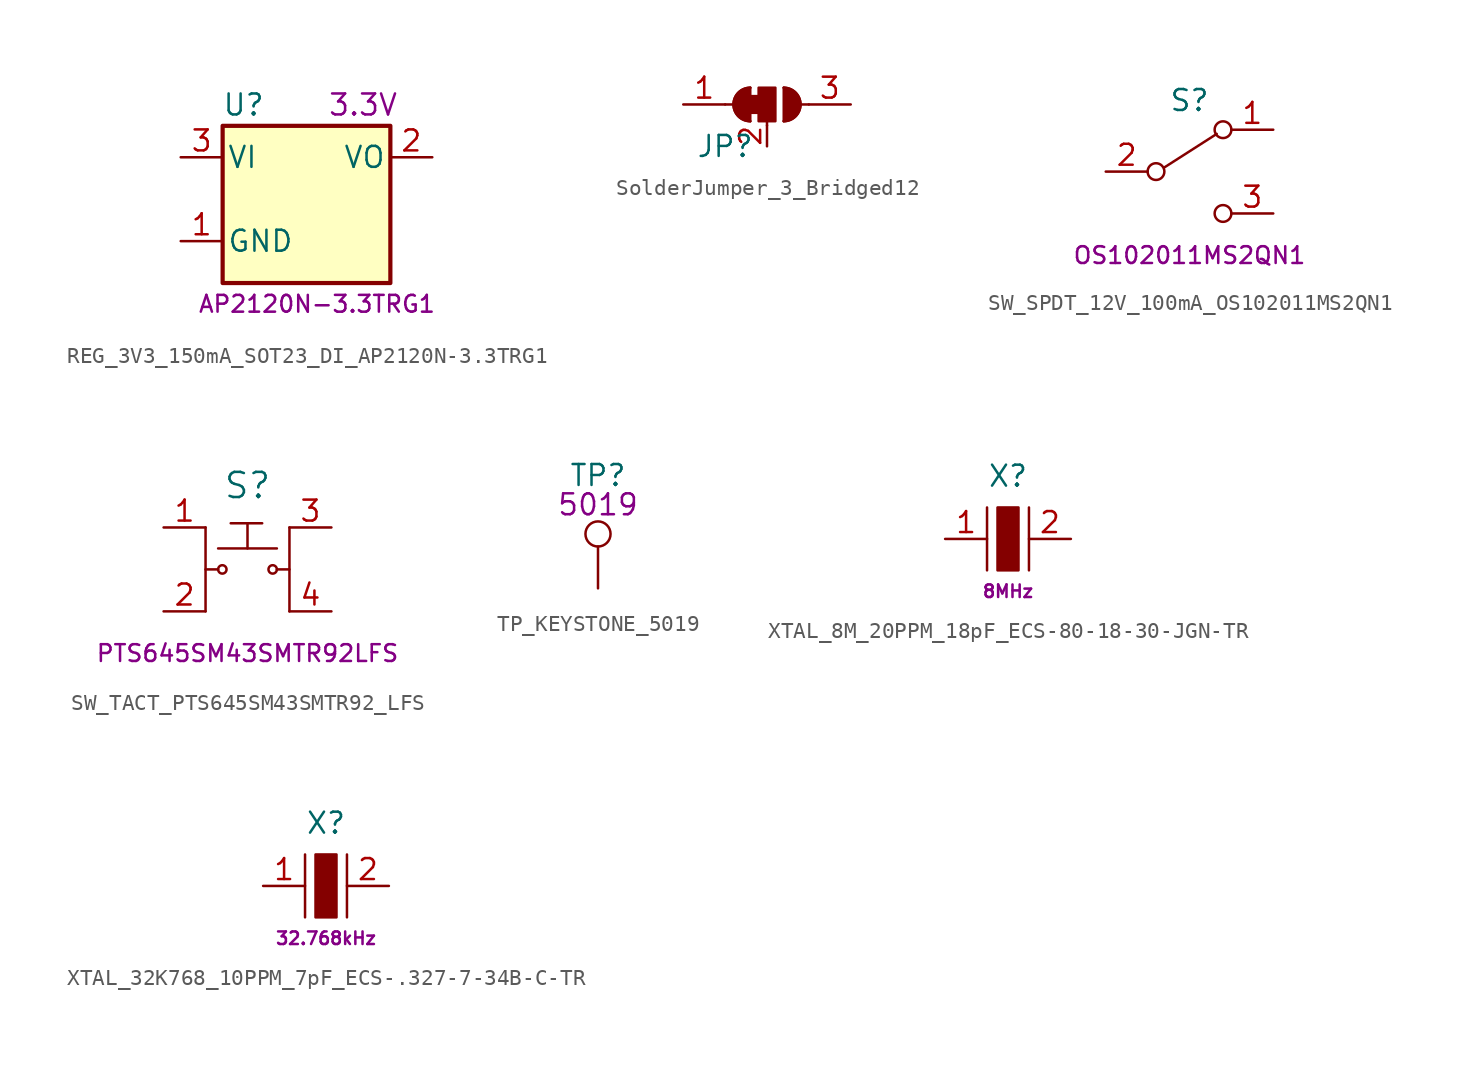
<source format=kicad_sym>
(kicad_symbol_lib
  (version 20211014)
  (generator kicad_symbol_editor)
  (symbol "REG_3V3_150mA_SOT23_DI_AP2120N-3.3TRG1"
    (pin_names
      (offset 0.254))
    (property "Reference" "U"
      (at 3.81 3.175 0)
      (effects (font (size 1.27 1.27))))
    (property "ManufacturerPN" "AP2120N-3.3TRG1"
      (at 8.255 -8.89 0)
      (effects (font (size 1.016 1.016))))
    (property "Voltage" "3.3V"
      (at 8.89 3.175 0)
      (effects (font (size 1.27 1.27)) (justify left)))
    (symbol "REG_3V3_150mA_SOT23_DI_AP2120N-3.3TRG1_0_1"
      (rectangle (start 2.54 1.905) (end 12.7 -7.62) (stroke (width 0.254) (type default) (color 0 0 0 0)) (fill (type background))))
    (symbol "REG_3V3_150mA_SOT23_DI_AP2120N-3.3TRG1_1_1"
      (pin power_in line (at 0 -5.08 0) (length 2.54) (name "GND" (effects (font (size 1.27 1.27)))) (number "1" (effects (font (size 1.27 1.27)))))
      (pin power_out line (at 15.24 0 180) (length 2.54) (name "VO" (effects (font (size 1.27 1.27)))) (number "2" (effects (font (size 1.27 1.27)))))
      (pin power_in line (at 0 0 0) (length 2.54) (name "VI" (effects (font (size 1.27 1.27)))) (number "3" (effects (font (size 1.27 1.27)))))))
  (symbol "SolderJumper_3_Bridged12"
    (pin_names
      (offset 0) hide)
    (property "Reference" "JP"
      (at -2.54 -2.54 0)
      (effects (font (size 1.27 1.27))))
    (symbol "SolderJumper_3_Bridged12_0_1"
      (rectangle (start -1.016 0.508) (end -0.508 -0.508) (stroke (width 0) (type default) (color 0 0 0 0)) (fill (type outline)))
      (arc (start -1.016 1.016) (mid -2.032 0) (end -1.016 -1.016) (stroke (width 0) (type default) (color 0 0 0 0)) (fill (type none)))
      (arc (start -1.016 1.016) (mid -2.032 0) (end -1.016 -1.016) (stroke (width 0) (type default) (color 0 0 0 0)) (fill (type outline)))
      (rectangle (start -0.508 1.016) (end 0.508 -1.016) (stroke (width 0) (type default) (color 0 0 0 0)) (fill (type outline)))
      (polyline (pts (xy -2.54 0) (xy -2.032 0)) (stroke (width 0) (type default) (color 0 0 0 0)) (fill (type none)))
      (polyline (pts (xy -1.016 1.016) (xy -1.016 -1.016)) (stroke (width 0) (type default) (color 0 0 0 0)) (fill (type none)))
      (polyline (pts (xy 0 -1.27) (xy 0 -1.016)) (stroke (width 0) (type default) (color 0 0 0 0)) (fill (type none)))
      (polyline (pts (xy 1.016 1.016) (xy 1.016 -1.016)) (stroke (width 0) (type default) (color 0 0 0 0)) (fill (type none)))
      (polyline (pts (xy 2.54 0) (xy 2.032 0)) (stroke (width 0) (type default) (color 0 0 0 0)) (fill (type none)))
      (arc (start 1.016 -1.016) (mid 2.032 0) (end 1.016 1.016) (stroke (width 0) (type default) (color 0 0 0 0)) (fill (type none)))
      (arc (start 1.016 -1.016) (mid 2.032 0) (end 1.016 1.016) (stroke (width 0) (type default) (color 0 0 0 0)) (fill (type outline))))
    (symbol "SolderJumper_3_Bridged12_1_1"
      (pin passive line (at -5.08 0 0) (length 2.54) (name "A" (effects (font (size 1.27 1.27)))) (number "1" (effects (font (size 1.27 1.27)))))
      (pin passive line (at 0 -2.54 90) (length 1.27) (name "C" (effects (font (size 1.27 1.27)))) (number "2" (effects (font (size 1.27 1.27)))))
      (pin passive line (at 5.08 0 180) (length 2.54) (name "B" (effects (font (size 1.27 1.27)))) (number "3" (effects (font (size 1.27 1.27)))))))
  (symbol "SW_SPDT_12V_100mA_OS102011MS2QN1"
    (pin_names
      (offset 0) hide)
    (property "Reference" "S"
      (at 5.08 4.318 0)
      (effects (font (size 1.27 1.27))))
    (property "ManufacturerPN" "OS102011MS2QN1"
      (at 5.08 -5.08 0)
      (effects (font (size 1.016 1.016))))
    (symbol "SW_SPDT_12V_100mA_OS102011MS2QN1_0_0"
      (circle (center 3.048 0) (radius 0.508) (stroke (width 0) (type default) (color 0 0 0 0)) (fill (type none)))
      (circle (center 7.112 -2.54) (radius 0.508) (stroke (width 0) (type default) (color 0 0 0 0)) (fill (type none))))
    (symbol "SW_SPDT_12V_100mA_OS102011MS2QN1_0_1"
      (polyline (pts (xy 3.556 0.254) (xy 6.731 2.286)) (stroke (width 0) (type default) (color 0 0 0 0)) (fill (type none)))
      (circle (center 7.112 2.54) (radius 0.508) (stroke (width 0) (type default) (color 0 0 0 0)) (fill (type none))))
    (symbol "SW_SPDT_12V_100mA_OS102011MS2QN1_1_1"
      (pin passive line (at 10.16 2.54 180) (length 2.54) (name "A" (effects (font (size 1.27 1.27)))) (number "1" (effects (font (size 1.27 1.27)))))
      (pin passive line (at 0 0 0) (length 2.54) (name "B" (effects (font (size 1.27 1.27)))) (number "2" (effects (font (size 1.27 1.27)))))
      (pin passive line (at 10.16 -2.54 180) (length 2.54) (name "C" (effects (font (size 1.27 1.27)))) (number "3" (effects (font (size 1.27 1.27)))))))
  (symbol "SW_TACT_PTS645SM43SMTR92_LFS"
    (pin_names
      (offset 1.016))
    (property "Reference" "S"
      (at 5.08 2.54 0)
      (effects (font (size 1.524 1.524))))
    (property "ManufacturerPN" "PTS645SM43SMTR92LFS"
      (at 5.08 -7.62 0)
      (effects (font (size 1.016 1.016))))
    (symbol "SW_TACT_PTS645SM43SMTR92_LFS_0_1"
      (polyline (pts (xy 2.54 0) (xy 2.54 -5.08)) (stroke (width 0) (type default) (color 0 0 0 0)) (fill (type none)))
      (polyline (pts (xy 3.302 -2.54) (xy 2.54 -2.54)) (stroke (width 0) (type default) (color 0 0 0 0)) (fill (type none)))
      (polyline (pts (xy 3.302 -1.27) (xy 6.858 -1.27)) (stroke (width 0) (type default) (color 0 0 0 0)) (fill (type none)))
      (polyline (pts (xy 7.62 -5.08) (xy 7.62 0)) (stroke (width 0) (type default) (color 0 0 0 0)) (fill (type none)))
      (polyline (pts (xy 7.62 -2.54) (xy 6.858 -2.54)) (stroke (width 0) (type default) (color 0 0 0 0)) (fill (type none)))
      (circle (center 3.556 -2.54) (radius 0.254) (stroke (width 0) (type default) (color 0 0 0 0)) (fill (type none)))
      (circle (center 6.604 -2.54) (radius 0.254) (stroke (width 0) (type default) (color 0 0 0 0)) (fill (type none))))
    (symbol "SW_TACT_PTS645SM43SMTR92_LFS_1_1"
      (polyline (pts (xy 4.064 0.254) (xy 5.969 0.254)) (stroke (width 0) (type default) (color 0 0 0 0)) (fill (type none)))
      (polyline (pts (xy 5.08 0.254) (xy 5.08 -1.27)) (stroke (width 0) (type default) (color 0 0 0 0)) (fill (type none)))
      (pin passive line (at 0 0 0) (length 2.54) (name "~" (effects (font (size 1.27 1.27)))) (number "1" (effects (font (size 1.27 1.27)))))
      (pin passive line (at 0 -5.08 0) (length 2.54) (name "~" (effects (font (size 1.27 1.27)))) (number "2" (effects (font (size 1.27 1.27)))))
      (pin passive line (at 10.16 0 180) (length 2.54) (name "~" (effects (font (size 1.27 1.27)))) (number "3" (effects (font (size 1.27 1.27)))))
      (pin passive line (at 10.16 -5.08 180) (length 2.54) (name "~" (effects (font (size 1.27 1.27)))) (number "4" (effects (font (size 1.27 1.27)))))))
  (symbol "TP_KEYSTONE_5019"
    (pin_numbers hide)
    (pin_names
      (offset 0.762) hide)
    (property "Reference" "TP"
      (at 0 6.858 0)
      (effects (font (size 1.27 1.27))))
    (property "ManufacturerPN" "5019"
      (at 0 5.08 0)
      (effects (font (size 1.27 1.27))))
    (symbol "TP_KEYSTONE_5019_0_1"
      (circle (center 0 3.302) (radius 0.762) (stroke (width 0) (type default) (color 0 0 0 0)) (fill (type none))))
    (symbol "TP_KEYSTONE_5019_1_1"
      (pin passive line (at 0 0 90) (length 2.54) (name "1" (effects (font (size 1.27 1.27)))) (number "1" (effects (font (size 1.27 1.27)))))))
  (symbol "XTAL_8M_20PPM_18pF_ECS-80-18-30-JGN-TR"
    (pin_names
      (offset 1.016))
    (property "Reference" "X"
      (at 3.81 3.81 0)
      (effects (font (size 1.27 1.27))))
    (property "Frequency" "8MHz"
      (at 3.81 -3.175 0)
      (effects (font (size 0.762 0.762))))
    (symbol "XTAL_8M_20PPM_18pF_ECS-80-18-30-JGN-TR_1_1"
      (polyline (pts (xy 2.54 1.905) (xy 2.54 -1.905)) (stroke (width 0) (type default) (color 0 0 0 0)) (fill (type none)))
      (polyline (pts (xy 5.08 1.905) (xy 5.08 -1.905)) (stroke (width 0) (type default) (color 0 0 0 0)) (fill (type none)))
      (rectangle (start 3.175 1.905) (end 4.445 -1.905) (stroke (width 0) (type default) (color 0 0 0 0)) (fill (type outline)))
      (pin bidirectional line (at 0 0 0) (length 2.54) (name "~" (effects (font (size 1.27 1.27)))) (number "1" (effects (font (size 1.27 1.27)))))
      (pin bidirectional line (at 7.62 0 180) (length 2.54) (name "~" (effects (font (size 1.27 1.27)))) (number "2" (effects (font (size 1.27 1.27)))))))
  (symbol "XTAL_32K768_10PPM_7pF_ECS-.327-7-34B-C-TR"
    (pin_names
      (offset 1.016))
    (property "Reference" "X"
      (at 3.81 3.81 0)
      (effects (font (size 1.27 1.27))))
    (property "Frequency" "32.768kHz"
      (at 3.81 -3.175 0)
      (effects (font (size 0.762 0.762))))
    (symbol "XTAL_32K768_10PPM_7pF_ECS-.327-7-34B-C-TR_1_1"
      (polyline (pts (xy 2.54 1.905) (xy 2.54 -1.905)) (stroke (width 0) (type default) (color 0 0 0 0)) (fill (type none)))
      (polyline (pts (xy 5.08 1.905) (xy 5.08 -1.905)) (stroke (width 0) (type default) (color 0 0 0 0)) (fill (type none)))
      (rectangle (start 3.175 1.905) (end 4.445 -1.905) (stroke (width 0) (type default) (color 0 0 0 0)) (fill (type outline)))
      (pin bidirectional line (at 0 0 0) (length 2.54) (name "~" (effects (font (size 1.27 1.27)))) (number "1" (effects (font (size 1.27 1.27)))))
      (pin bidirectional line (at 7.62 0 180) (length 2.54) (name "~" (effects (font (size 1.27 1.27)))) (number "2" (effects (font (size 1.27 1.27))))))))
</source>
